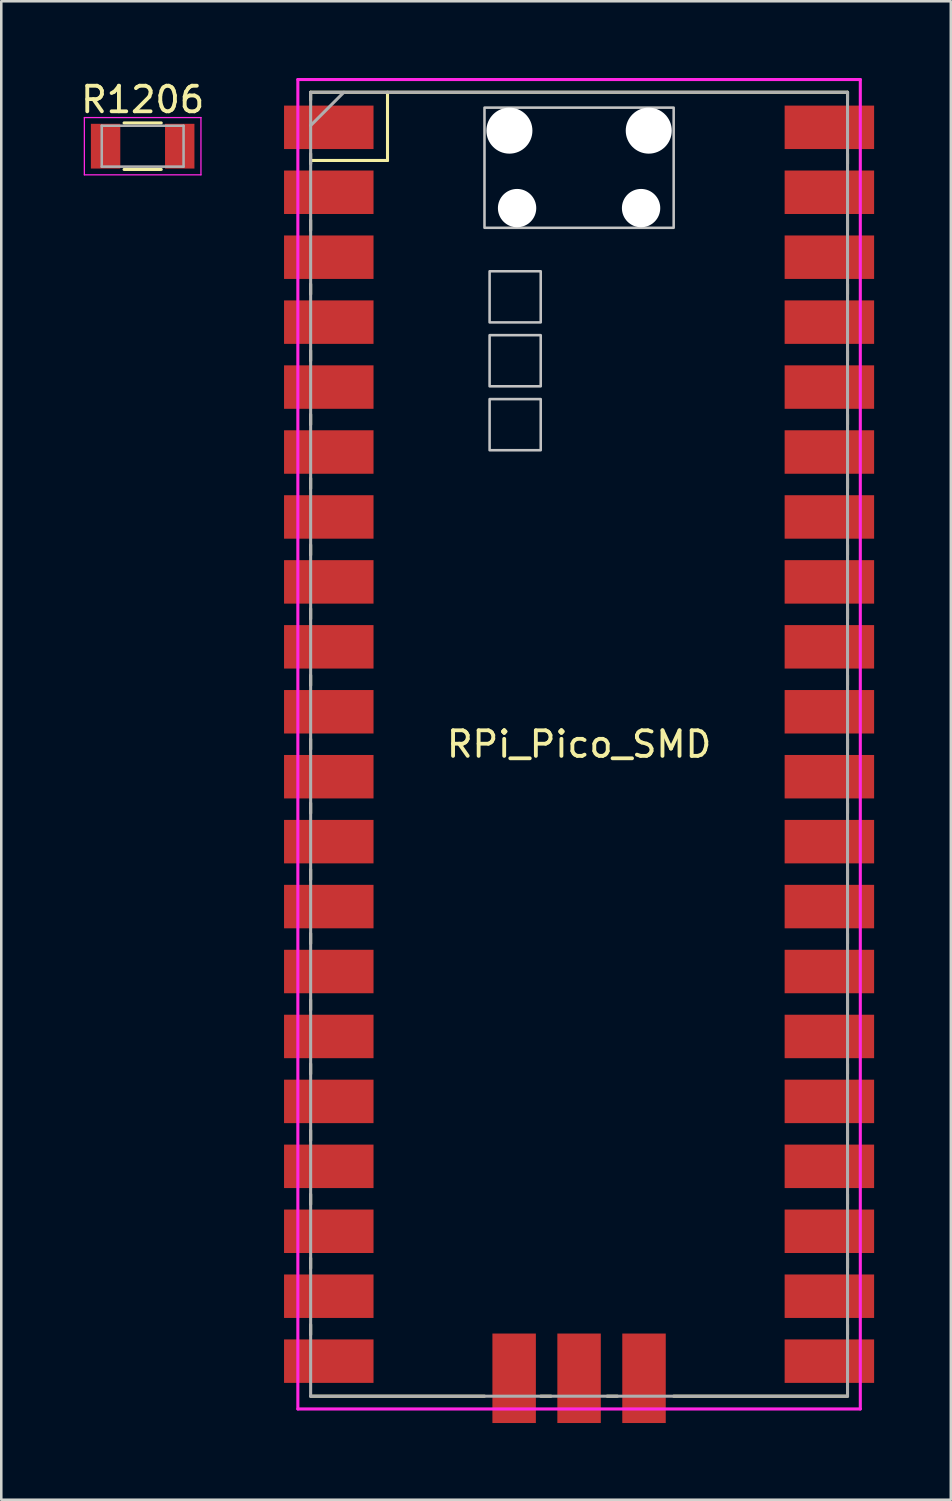
<source format=kicad_pcb>
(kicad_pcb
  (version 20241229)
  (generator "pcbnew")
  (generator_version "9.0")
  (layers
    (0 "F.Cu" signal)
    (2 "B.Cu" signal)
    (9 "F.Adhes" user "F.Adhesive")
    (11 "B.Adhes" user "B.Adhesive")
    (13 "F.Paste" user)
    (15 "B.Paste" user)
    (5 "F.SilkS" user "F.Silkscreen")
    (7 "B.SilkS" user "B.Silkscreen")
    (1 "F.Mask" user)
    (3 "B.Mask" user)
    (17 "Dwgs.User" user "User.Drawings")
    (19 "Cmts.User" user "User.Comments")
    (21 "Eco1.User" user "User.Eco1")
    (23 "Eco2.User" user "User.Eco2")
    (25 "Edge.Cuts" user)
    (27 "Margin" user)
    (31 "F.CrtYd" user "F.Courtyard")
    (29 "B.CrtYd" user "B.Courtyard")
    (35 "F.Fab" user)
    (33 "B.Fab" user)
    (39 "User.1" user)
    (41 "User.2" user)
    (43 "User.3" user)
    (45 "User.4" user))
  (footprint "RPi_Pico_SMD"
    (layer "F.Cu")
    (at 19.6 26.06)
    (property "Reference" "RPi_Pico_SMD" (at 0 0 0) (layer "F.SilkS") (effects (font (size 1 1) (thickness 0.15))))
    (attr through_hole)
    (fp_line (start -10.5 -25.5) (end -10.5 -25.2) (stroke (width 0.12) (type solid)) (layer "F.SilkS"))
    (fp_line (start -10.5 -25.5) (end 10.5 -25.5) (stroke (width 0.12) (type solid)) (layer "F.SilkS"))
    (fp_line (start -10.5 -23.1) (end -10.5 -22.7) (stroke (width 0.12) (type solid)) (layer "F.SilkS"))
    (fp_line (start -10.5 -22.833) (end -7.493 -22.833) (stroke (width 0.12) (type solid)) (layer "F.SilkS"))
    (fp_line (start -10.5 -20.5) (end -10.5 -20.1) (stroke (width 0.12) (type solid)) (layer "F.SilkS"))
    (fp_line (start -10.5 -18) (end -10.5 -17.6) (stroke (width 0.12) (type solid)) (layer "F.SilkS"))
    (fp_line (start -10.5 -15.4) (end -10.5 -15) (stroke (width 0.12) (type solid)) (layer "F.SilkS"))
    (fp_line (start -10.5 -12.9) (end -10.5 -12.5) (stroke (width 0.12) (type solid)) (layer "F.SilkS"))
    (fp_line (start -10.5 -10.4) (end -10.5 -10) (stroke (width 0.12) (type solid)) (layer "F.SilkS"))
    (fp_line (start -10.5 -7.8) (end -10.5 -7.4) (stroke (width 0.12) (type solid)) (layer "F.SilkS"))
    (fp_line (start -10.5 -5.3) (end -10.5 -4.9) (stroke (width 0.12) (type solid)) (layer "F.SilkS"))
    (fp_line (start -10.5 -2.7) (end -10.5 -2.3) (stroke (width 0.12) (type solid)) (layer "F.SilkS"))
    (fp_line (start -10.5 -0.2) (end -10.5 0.2) (stroke (width 0.12) (type solid)) (layer "F.SilkS"))
    (fp_line (start -10.5 2.3) (end -10.5 2.7) (stroke (width 0.12) (type solid)) (layer "F.SilkS"))
    (fp_line (start -10.5 4.9) (end -10.5 5.3) (stroke (width 0.12) (type solid)) (layer "F.SilkS"))
    (fp_line (start -10.5 7.4) (end -10.5 7.8) (stroke (width 0.12) (type solid)) (layer "F.SilkS"))
    (fp_line (start -10.5 10) (end -10.5 10.4) (stroke (width 0.12) (type solid)) (layer "F.SilkS"))
    (fp_line (start -10.5 12.5) (end -10.5 12.9) (stroke (width 0.12) (type solid)) (layer "F.SilkS"))
    (fp_line (start -10.5 15.1) (end -10.5 15.5) (stroke (width 0.12) (type solid)) (layer "F.SilkS"))
    (fp_line (start -10.5 17.6) (end -10.5 18) (stroke (width 0.12) (type solid)) (layer "F.SilkS"))
    (fp_line (start -10.5 20.1) (end -10.5 20.5) (stroke (width 0.12) (type solid)) (layer "F.SilkS"))
    (fp_line (start -10.5 22.7) (end -10.5 23.1) (stroke (width 0.12) (type solid)) (layer "F.SilkS"))
    (fp_line (start -7.493 -22.833) (end -7.493 -25.5) (stroke (width 0.12) (type solid)) (layer "F.SilkS"))
    (fp_line (start -3.7 25.5) (end -10.5 25.5) (stroke (width 0.12) (type solid)) (layer "F.SilkS"))
    (fp_line (start -1.5 25.5) (end -1.1 25.5) (stroke (width 0.12) (type solid)) (layer "F.SilkS"))
    (fp_line (start 1.1 25.5) (end 1.5 25.5) (stroke (width 0.12) (type solid)) (layer "F.SilkS"))
    (fp_line (start 10.5 -25.5) (end 10.5 -25.2) (stroke (width 0.12) (type solid)) (layer "F.SilkS"))
    (fp_line (start 10.5 -23.1) (end 10.5 -22.7) (stroke (width 0.12) (type solid)) (layer "F.SilkS"))
    (fp_line (start 10.5 -20.5) (end 10.5 -20.1) (stroke (width 0.12) (type solid)) (layer "F.SilkS"))
    (fp_line (start 10.5 -18) (end 10.5 -17.6) (stroke (width 0.12) (type solid)) (layer "F.SilkS"))
    (fp_line (start 10.5 -15.4) (end 10.5 -15) (stroke (width 0.12) (type solid)) (layer "F.SilkS"))
    (fp_line (start 10.5 -12.9) (end 10.5 -12.5) (stroke (width 0.12) (type solid)) (layer "F.SilkS"))
    (fp_line (start 10.5 -10.4) (end 10.5 -10) (stroke (width 0.12) (type solid)) (layer "F.SilkS"))
    (fp_line (start 10.5 -7.8) (end 10.5 -7.4) (stroke (width 0.12) (type solid)) (layer "F.SilkS"))
    (fp_line (start 10.5 -5.3) (end 10.5 -4.9) (stroke (width 0.12) (type solid)) (layer "F.SilkS"))
    (fp_line (start 10.5 -2.7) (end 10.5 -2.3) (stroke (width 0.12) (type solid)) (layer "F.SilkS"))
    (fp_line (start 10.5 -0.2) (end 10.5 0.2) (stroke (width 0.12) (type solid)) (layer "F.SilkS"))
    (fp_line (start 10.5 2.3) (end 10.5 2.7) (stroke (width 0.12) (type solid)) (layer "F.SilkS"))
    (fp_line (start 10.5 4.9) (end 10.5 5.3) (stroke (width 0.12) (type solid)) (layer "F.SilkS"))
    (fp_line (start 10.5 7.4) (end 10.5 7.8) (stroke (width 0.12) (type solid)) (layer "F.SilkS"))
    (fp_line (start 10.5 10) (end 10.5 10.4) (stroke (width 0.12) (type solid)) (layer "F.SilkS"))
    (fp_line (start 10.5 12.5) (end 10.5 12.9) (stroke (width 0.12) (type solid)) (layer "F.SilkS"))
    (fp_line (start 10.5 15.1) (end 10.5 15.5) (stroke (width 0.12) (type solid)) (layer "F.SilkS"))
    (fp_line (start 10.5 17.6) (end 10.5 18) (stroke (width 0.12) (type solid)) (layer "F.SilkS"))
    (fp_line (start 10.5 20.1) (end 10.5 20.5) (stroke (width 0.12) (type solid)) (layer "F.SilkS"))
    (fp_line (start 10.5 22.7) (end 10.5 23.1) (stroke (width 0.12) (type solid)) (layer "F.SilkS"))
    (fp_line (start 10.5 25.5) (end 3.7 25.5) (stroke (width 0.12) (type solid)) (layer "F.SilkS"))
    (fp_poly (pts (xy -1.5 -16.5) (xy -3.5 -16.5) (xy -3.5 -18.5) (xy -1.5 -18.5)) (stroke (width 0.1) (type solid)) (fill no) (layer "Dwgs.User"))
    (fp_poly (pts (xy -1.5 -14) (xy -3.5 -14) (xy -3.5 -16) (xy -1.5 -16)) (stroke (width 0.1) (type solid)) (fill no) (layer "Dwgs.User"))
    (fp_poly (pts (xy -1.5 -11.5) (xy -3.5 -11.5) (xy -3.5 -13.5) (xy -1.5 -13.5)) (stroke (width 0.1) (type solid)) (fill no) (layer "Dwgs.User"))
    (fp_poly (pts (xy 3.7 -20.2) (xy -3.7 -20.2) (xy -3.7 -24.9) (xy 3.7 -24.9)) (stroke (width 0.1) (type solid)) (fill no) (layer "Dwgs.User"))
    (fp_line (start -11 -26) (end 11 -26) (stroke (width 0.12) (type solid)) (layer "F.CrtYd"))
    (fp_line (start -11 26) (end -11 -26) (stroke (width 0.12) (type solid)) (layer "F.CrtYd"))
    (fp_line (start 11 -26) (end 11 26) (stroke (width 0.12) (type solid)) (layer "F.CrtYd"))
    (fp_line (start 11 26) (end -11 26) (stroke (width 0.12) (type solid)) (layer "F.CrtYd"))
    (fp_line (start -10.5 -25.5) (end 10.5 -25.5) (stroke (width 0.12) (type solid)) (layer "F.Fab"))
    (fp_line (start -10.5 -24.2) (end -9.2 -25.5) (stroke (width 0.12) (type solid)) (layer "F.Fab"))
    (fp_line (start -10.5 25.5) (end -10.5 -25.5) (stroke (width 0.12) (type solid)) (layer "F.Fab"))
    (fp_line (start 10.5 -25.5) (end 10.5 25.5) (stroke (width 0.12) (type solid)) (layer "F.Fab"))
    (fp_line (start 10.5 25.5) (end -10.5 25.5) (stroke (width 0.12) (type solid)) (layer "F.Fab"))
    (pad "" np_thru_hole oval (at -2.725 -24) (size 1.8 1.8) (drill 1.8) (layers "*.Cu" "*.Mask"))
    (pad "" np_thru_hole oval (at -2.425 -20.97) (size 1.5 1.5) (drill 1.5) (layers "*.Cu" "*.Mask"))
    (pad "" np_thru_hole oval (at 2.425 -20.97) (size 1.5 1.5) (drill 1.5) (layers "*.Cu" "*.Mask"))
    (pad "" np_thru_hole oval (at 2.725 -24) (size 1.8 1.8) (drill 1.8) (layers "*.Cu" "*.Mask"))
    (pad "1" smd rect (at -8.89 -24.13) (size 3.5 1.7) (drill (offset -0.9 0)) (layers "F.Cu" "F.Mask"))
    (pad "2" smd rect (at -8.89 -21.59) (size 3.5 1.7) (drill (offset -0.9 0)) (layers "F.Cu" "F.Mask"))
    (pad "3" smd rect (at -8.89 -19.05) (size 3.5 1.7) (drill (offset -0.9 0)) (layers "F.Cu" "F.Mask"))
    (pad "4" smd rect (at -8.89 -16.51) (size 3.5 1.7) (drill (offset -0.9 0)) (layers "F.Cu" "F.Mask"))
    (pad "5" smd rect (at -8.89 -13.97) (size 3.5 1.7) (drill (offset -0.9 0)) (layers "F.Cu" "F.Mask"))
    (pad "6" smd rect (at -8.89 -11.43) (size 3.5 1.7) (drill (offset -0.9 0)) (layers "F.Cu" "F.Mask"))
    (pad "7" smd rect (at -8.89 -8.89) (size 3.5 1.7) (drill (offset -0.9 0)) (layers "F.Cu" "F.Mask"))
    (pad "8" smd rect (at -8.89 -6.35) (size 3.5 1.7) (drill (offset -0.9 0)) (layers "F.Cu" "F.Mask"))
    (pad "9" smd rect (at -8.89 -3.81) (size 3.5 1.7) (drill (offset -0.9 0)) (layers "F.Cu" "F.Mask"))
    (pad "10" smd rect (at -8.89 -1.27) (size 3.5 1.7) (drill (offset -0.9 0)) (layers "F.Cu" "F.Mask"))
    (pad "11" smd rect (at -8.89 1.27) (size 3.5 1.7) (drill (offset -0.9 0)) (layers "F.Cu" "F.Mask"))
    (pad "12" smd rect (at -8.89 3.81) (size 3.5 1.7) (drill (offset -0.9 0)) (layers "F.Cu" "F.Mask"))
    (pad "13" smd rect (at -8.89 6.35) (size 3.5 1.7) (drill (offset -0.9 0)) (layers "F.Cu" "F.Mask"))
    (pad "14" smd rect (at -8.89 8.89) (size 3.5 1.7) (drill (offset -0.9 0)) (layers "F.Cu" "F.Mask"))
    (pad "15" smd rect (at -8.89 11.43) (size 3.5 1.7) (drill (offset -0.9 0)) (layers "F.Cu" "F.Mask"))
    (pad "16" smd rect (at -8.89 13.97) (size 3.5 1.7) (drill (offset -0.9 0)) (layers "F.Cu" "F.Mask"))
    (pad "17" smd rect (at -8.89 16.51) (size 3.5 1.7) (drill (offset -0.9 0)) (layers "F.Cu" "F.Mask"))
    (pad "18" smd rect (at -8.89 19.05) (size 3.5 1.7) (drill (offset -0.9 0)) (layers "F.Cu" "F.Mask"))
    (pad "19" smd rect (at -8.89 21.59) (size 3.5 1.7) (drill (offset -0.9 0)) (layers "F.Cu" "F.Mask"))
    (pad "20" smd rect (at -8.89 24.13) (size 3.5 1.7) (drill (offset -0.9 0)) (layers "F.Cu" "F.Mask"))
    (pad "21" smd rect (at 8.89 24.13) (size 3.5 1.7) (drill (offset 0.9 0)) (layers "F.Cu" "F.Mask"))
    (pad "22" smd rect (at 8.89 21.59) (size 3.5 1.7) (drill (offset 0.9 0)) (layers "F.Cu" "F.Mask"))
    (pad "23" smd rect (at 8.89 19.05) (size 3.5 1.7) (drill (offset 0.9 0)) (layers "F.Cu" "F.Mask"))
    (pad "24" smd rect (at 8.89 16.51) (size 3.5 1.7) (drill (offset 0.9 0)) (layers "F.Cu" "F.Mask"))
    (pad "25" smd rect (at 8.89 13.97) (size 3.5 1.7) (drill (offset 0.9 0)) (layers "F.Cu" "F.Mask"))
    (pad "26" smd rect (at 8.89 11.43) (size 3.5 1.7) (drill (offset 0.9 0)) (layers "F.Cu" "F.Mask"))
    (pad "27" smd rect (at 8.89 8.89) (size 3.5 1.7) (drill (offset 0.9 0)) (layers "F.Cu" "F.Mask"))
    (pad "28" smd rect (at 8.89 6.35) (size 3.5 1.7) (drill (offset 0.9 0)) (layers "F.Cu" "F.Mask"))
    (pad "29" smd rect (at 8.89 3.81) (size 3.5 1.7) (drill (offset 0.9 0)) (layers "F.Cu" "F.Mask"))
    (pad "30" smd rect (at 8.89 1.27) (size 3.5 1.7) (drill (offset 0.9 0)) (layers "F.Cu" "F.Mask"))
    (pad "31" smd rect (at 8.89 -1.27) (size 3.5 1.7) (drill (offset 0.9 0)) (layers "F.Cu" "F.Mask"))
    (pad "32" smd rect (at 8.89 -3.81) (size 3.5 1.7) (drill (offset 0.9 0)) (layers "F.Cu" "F.Mask"))
    (pad "33" smd rect (at 8.89 -6.35) (size 3.5 1.7) (drill (offset 0.9 0)) (layers "F.Cu" "F.Mask"))
    (pad "34" smd rect (at 8.89 -8.89) (size 3.5 1.7) (drill (offset 0.9 0)) (layers "F.Cu" "F.Mask"))
    (pad "35" smd rect (at 8.89 -11.43) (size 3.5 1.7) (drill (offset 0.9 0)) (layers "F.Cu" "F.Mask"))
    (pad "36" smd rect (at 8.89 -13.97) (size 3.5 1.7) (drill (offset 0.9 0)) (layers "F.Cu" "F.Mask"))
    (pad "37" smd rect (at 8.89 -16.51) (size 3.5 1.7) (drill (offset 0.9 0)) (layers "F.Cu" "F.Mask"))
    (pad "38" smd rect (at 8.89 -19.05) (size 3.5 1.7) (drill (offset 0.9 0)) (layers "F.Cu" "F.Mask"))
    (pad "39" smd rect (at 8.89 -21.59) (size 3.5 1.7) (drill (offset 0.9 0)) (layers "F.Cu" "F.Mask"))
    (pad "40" smd rect (at 8.89 -24.13) (size 3.5 1.7) (drill (offset 0.9 0)) (layers "F.Cu" "F.Mask"))
    (pad "41" smd rect (at -2.54 23.9 90) (size 3.5 1.7) (drill (offset -0.9 0)) (layers "F.Cu" "F.Mask"))
    (pad "42" smd rect (at 0 23.9 90) (size 3.5 1.7) (drill (offset -0.9 0)) (layers "F.Cu" "F.Mask"))
    (pad "43" smd rect (at 2.54 23.9 90) (size 3.5 1.7) (drill (offset -0.9 0)) (layers "F.Cu" "F.Mask")))
  (footprint "R1206"
    (layer "F.Cu")
    (at 2.53 2.668)
    (property "Reference" "R1206" (at 0 -1.82 0) (layer "F.SilkS") (effects (font (size 1 1) (thickness 0.15))))
    (attr smd)
    (fp_line (start -0.727 -0.91) (end 0.727 -0.91) (stroke (width 0.12) (type solid)) (layer "F.SilkS"))
    (fp_line (start -0.727 0.91) (end 0.727 0.91) (stroke (width 0.12) (type solid)) (layer "F.SilkS"))
    (fp_line (start -2.28 -1.12) (end 2.28 -1.12) (stroke (width 0.05) (type solid)) (layer "F.CrtYd"))
    (fp_line (start -2.28 1.12) (end -2.28 -1.12) (stroke (width 0.05) (type solid)) (layer "F.CrtYd"))
    (fp_line (start 2.28 -1.12) (end 2.28 1.12) (stroke (width 0.05) (type solid)) (layer "F.CrtYd"))
    (fp_line (start 2.28 1.12) (end -2.28 1.12) (stroke (width 0.05) (type solid)) (layer "F.CrtYd"))
    (fp_line (start -1.6 -0.8) (end 1.6 -0.8) (stroke (width 0.1) (type solid)) (layer "F.Fab"))
    (fp_line (start -1.6 0.8) (end -1.6 -0.8) (stroke (width 0.1) (type solid)) (layer "F.Fab"))
    (fp_line (start 1.6 -0.8) (end 1.6 0.8) (stroke (width 0.1) (type solid)) (layer "F.Fab"))
    (fp_line (start 1.6 0.8) (end -1.6 0.8) (stroke (width 0.1) (type solid)) (layer "F.Fab"))
    (pad "1" smd rect (at -1.45 0) (size 1.15 1.75) (layers "F.Cu" "F.Mask" "F.Paste"))
    (pad "2" smd rect (at 1.45 0) (size 1.15 1.75) (layers "F.Cu" "F.Mask" "F.Paste")))
  (gr_rect
    (start -3 -3)
    (end 34.14 55.61)
    (stroke (width 0.1) (type default))
    (fill no)
    (layer "Edge.Cuts")))
</source>
